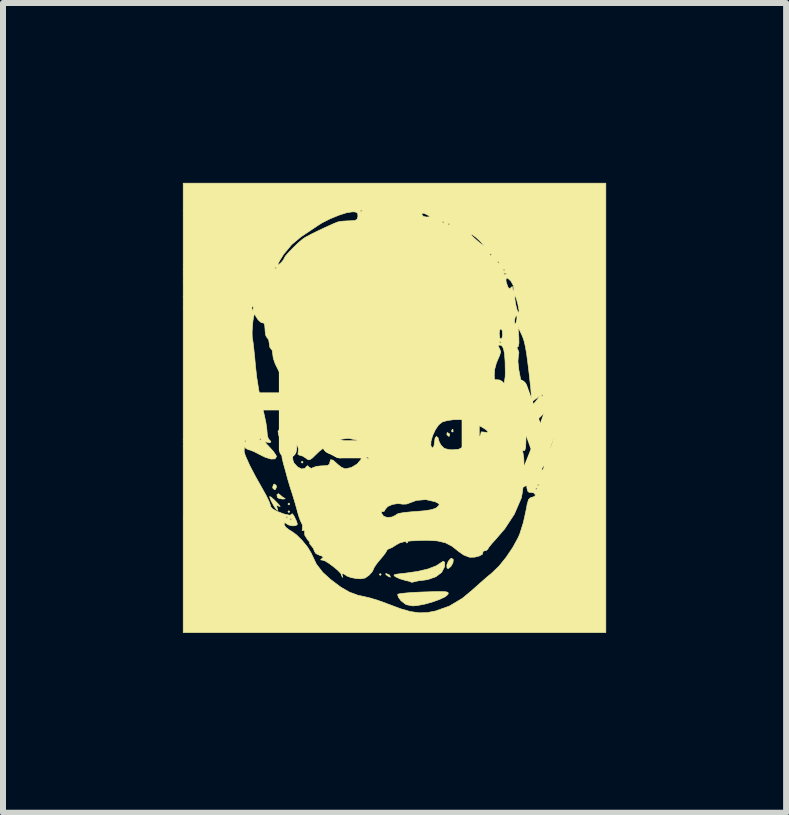
<source format=kicad_pcb>
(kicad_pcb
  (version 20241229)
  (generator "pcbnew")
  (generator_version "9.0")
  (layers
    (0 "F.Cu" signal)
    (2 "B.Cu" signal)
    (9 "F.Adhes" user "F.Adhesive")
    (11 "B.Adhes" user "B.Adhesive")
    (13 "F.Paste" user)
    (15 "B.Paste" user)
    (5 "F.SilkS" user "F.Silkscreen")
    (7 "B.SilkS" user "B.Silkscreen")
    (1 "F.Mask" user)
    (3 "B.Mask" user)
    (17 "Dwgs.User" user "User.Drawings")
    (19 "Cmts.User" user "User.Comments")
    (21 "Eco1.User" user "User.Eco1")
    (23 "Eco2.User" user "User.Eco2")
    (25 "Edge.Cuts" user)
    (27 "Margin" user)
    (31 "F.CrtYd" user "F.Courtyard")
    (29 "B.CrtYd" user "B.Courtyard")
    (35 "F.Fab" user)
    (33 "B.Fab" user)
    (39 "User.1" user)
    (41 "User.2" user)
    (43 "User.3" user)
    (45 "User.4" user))
  (footprint "Harry"
    (layer "F.Cu")
    (at 3.529 3.752)
    (property "Reference" "Harry" (at 0 0 0) (layer "F.SilkS") (effects (font (size 1.524 1.524) (thickness 0.3))))
    (attr through_hole)
    (fp_poly (pts (xy -1.81 0.429) (xy -1.826 0.445) (xy -1.841 0.429) (xy -1.826 0.413) (xy -1.81 0.429)) (stroke (width 0.01) (type solid)) (fill yes) (layer "F.SilkS"))
    (fp_poly (pts (xy -1.746 1.603) (xy -1.762 1.619) (xy -1.778 1.603) (xy -1.762 1.587) (xy -1.746 1.603)) (stroke (width 0.01) (type solid)) (fill yes) (layer "F.SilkS"))
    (fp_poly (pts (xy -1.746 1.73) (xy -1.762 1.746) (xy -1.778 1.73) (xy -1.762 1.714) (xy -1.746 1.73)) (stroke (width 0.01) (type solid)) (fill yes) (layer "F.SilkS"))
    (fp_poly (pts (xy -1.524 0.905) (xy -1.54 0.921) (xy -1.556 0.905) (xy -1.54 0.889) (xy -1.524 0.905)) (stroke (width 0.01) (type solid)) (fill yes) (layer "F.SilkS"))
    (fp_poly (pts (xy -0.794 0.746) (xy -0.81 0.762) (xy -0.826 0.746) (xy -0.81 0.73) (xy -0.794 0.746)) (stroke (width 0.01) (type solid)) (fill yes) (layer "F.SilkS"))
    (fp_poly (pts (xy -0.73 0.683) (xy -0.746 0.699) (xy -0.762 0.683) (xy -0.746 0.667) (xy -0.73 0.683)) (stroke (width 0.01) (type solid)) (fill yes) (layer "F.SilkS"))
    (fp_poly (pts (xy -0.222 2.778) (xy -0.238 2.794) (xy -0.254 2.778) (xy -0.238 2.762) (xy -0.222 2.778)) (stroke (width 0.01) (type solid)) (fill yes) (layer "F.SilkS"))
    (fp_poly (pts (xy 0.222 2.238) (xy 0.206 2.254) (xy 0.191 2.238) (xy 0.206 2.223) (xy 0.222 2.238)) (stroke (width 0.01) (type solid)) (fill yes) (layer "F.SilkS"))
    (fp_poly (pts (xy 1.238 0.333) (xy 1.222 0.349) (xy 1.206 0.333) (xy 1.222 0.318) (xy 1.238 0.333)) (stroke (width 0.01) (type solid)) (fill yes) (layer "F.SilkS"))
    (fp_poly (pts (xy 2.191 -0.365) (xy 2.175 -0.349) (xy 2.159 -0.365) (xy 2.175 -0.381) (xy 2.191 -0.365)) (stroke (width 0.01) (type solid)) (fill yes) (layer "F.SilkS"))
    (fp_poly (pts (xy 2.572 0.619) (xy 2.556 0.635) (xy 2.54 0.619) (xy 2.556 0.603) (xy 2.572 0.619)) (stroke (width 0.01) (type solid)) (fill yes) (layer "F.SilkS"))
    (fp_poly (pts (xy 0.974 0.36) (xy 0.977 0.398) (xy 0.974 0.402) (xy 0.955 0.398) (xy 0.953 0.381) (xy 0.964 0.355) (xy 0.974 0.36)) (stroke (width 0.01) (type solid)) (fill yes) (layer "F.SilkS"))
    (fp_poly (pts (xy -0.086 2.785) (xy -0.079 2.794) (xy -0.068 2.823) (xy -0.098 2.812) (xy -0.127 2.794) (xy -0.151 2.769) (xy -0.137 2.763) (xy -0.086 2.785)) (stroke (width 0.01) (type solid)) (fill yes) (layer "F.SilkS"))
    (fp_poly (pts (xy 1.381 0.381) (xy 1.347 0.408) (xy 1.311 0.412) (xy 1.302 0.4) (xy 1.327 0.38) (xy 1.351 0.369) (xy 1.384 0.367) (xy 1.381 0.381)) (stroke (width 0.01) (type solid)) (fill yes) (layer "F.SilkS"))
    (fp_poly (pts (xy -1.972 1.296) (xy -1.968 1.318) (xy -1.986 1.36) (xy -2 1.365) (xy -2.028 1.34) (xy -2.032 1.318) (xy -2.015 1.275) (xy -2 1.27) (xy -1.972 1.296)) (stroke (width 0.01) (type solid)) (fill yes) (layer "F.SilkS"))
    (fp_poly (pts (xy 0.919 0.436) (xy 0.921 0.445) (xy 0.91 0.475) (xy 0.907 0.476) (xy 0.88 0.454) (xy 0.873 0.445) (xy 0.876 0.415) (xy 0.887 0.413) (xy 0.919 0.436)) (stroke (width 0.01) (type solid)) (fill yes) (layer "F.SilkS"))
    (fp_poly (pts (xy -1.911 1.449) (xy -1.863 1.49) (xy -1.841 1.501) (xy -1.823 1.515) (xy -1.863 1.521) (xy -1.928 1.51) (xy -1.954 1.49) (xy -1.961 1.448) (xy -1.938 1.43) (xy -1.911 1.449)) (stroke (width 0.01) (type solid)) (fill yes) (layer "F.SilkS"))
    (fp_poly (pts (xy 0.981 2.531) (xy 0.973 2.586) (xy 0.939 2.645) (xy 0.896 2.68) (xy 0.875 2.67) (xy 0.872 2.619) (xy 0.898 2.556) (xy 0.937 2.513) (xy 0.954 2.508) (xy 0.981 2.531)) (stroke (width 0.01) (type solid)) (fill yes) (layer "F.SilkS"))
    (fp_poly (pts (xy -2.057 1.489) (xy -2.002 1.538) (xy -1.933 1.608) (xy -1.906 1.644) (xy -1.926 1.641) (xy -1.942 1.632) (xy -1.966 1.63) (xy -1.959 1.662) (xy -1.947 1.708) (xy -1.963 1.703) (xy -2.005 1.646) (xy -2.007 1.643) (xy -2.052 1.562) (xy -2.076 1.508) (xy -2.082 1.477) (xy -2.057 1.489)) (stroke (width 0.01) (type solid)) (fill yes) (layer "F.SilkS"))
    (fp_poly (pts (xy 0.855 3.066) (xy 0.889 3.075) (xy 0.897 3.091) (xy 0.889 3.112) (xy 0.842 3.151) (xy 0.75 3.194) (xy 0.63 3.237) (xy 0.501 3.273) (xy 0.379 3.296) (xy 0.303 3.302) (xy 0.193 3.281) (xy 0.109 3.217) (xy 0.064 3.156) (xy 0.052 3.112) (xy 0.055 3.107) (xy 0.095 3.097) (xy 0.185 3.087) (xy 0.313 3.077) (xy 0.467 3.07) (xy 0.499 3.069) (xy 0.669 3.064) (xy 0.784 3.063) (xy 0.855 3.066)) (stroke (width 0.01) (type solid)) (fill yes) (layer "F.SilkS"))
    (fp_poly (pts (xy 0.838 2.574) (xy 0.834 2.648) (xy 0.833 2.652) (xy 0.786 2.743) (xy 0.689 2.816) (xy 0.558 2.862) (xy 0.495 2.872) (xy 0.402 2.883) (xy 0.336 2.897) (xy 0.322 2.902) (xy 0.285 2.909) (xy 0.282 2.906) (xy 0.244 2.891) (xy 0.185 2.878) (xy 0.088 2.849) (xy 0.027 2.821) (xy -0.007 2.799) (xy -0.006 2.784) (xy 0.039 2.772) (xy 0.136 2.761) (xy 0.175 2.757) (xy 0.385 2.727) (xy 0.562 2.685) (xy 0.694 2.634) (xy 0.754 2.595) (xy 0.811 2.557) (xy 0.838 2.574)) (stroke (width 0.01) (type solid)) (fill yes) (layer "F.SilkS"))
    (fp_poly (pts (xy 3.524 3.747) (xy -3.524 3.747) (xy -3.524 1.857) (xy -1.746 1.857) (xy -1.73 1.873) (xy -1.714 1.857) (xy -1.73 1.841) (xy -1.746 1.857) (xy -3.524 1.857) (xy -3.524 1.826) (xy -1.81 1.826) (xy -1.794 1.841) (xy -1.778 1.826) (xy -1.794 1.81) (xy -1.81 1.826) (xy -3.524 1.826) (xy -3.524 0.639) (xy -2.532 0.639) (xy -2.524 0.683) (xy -2.487 0.798) (xy -2.416 0.957) (xy -2.314 1.152) (xy -2.238 1.286) (xy -2.143 1.456) (xy -2.085 1.576) (xy -2.064 1.645) (xy -2.064 1.648) (xy -2.036 1.682) (xy -1.962 1.724) (xy -1.858 1.764) (xy -1.818 1.776) (xy -1.743 1.79) (xy -1.715 1.775) (xy -1.714 1.768) (xy -1.702 1.766) (xy -1.672 1.81) (xy -1.667 1.821) (xy -1.634 1.893) (xy -1.619 1.94) (xy -1.619 1.94) (xy -1.645 1.963) (xy -1.703 1.967) (xy -1.768 1.952) (xy -1.803 1.93) (xy -1.834 1.911) (xy -1.841 1.944) (xy -1.815 1.989) (xy -1.75 2.039) (xy -1.724 2.053) (xy -1.637 2.115) (xy -1.539 2.212) (xy -1.449 2.323) (xy -1.387 2.426) (xy -1.379 2.445) (xy -1.303 2.605) (xy -1.197 2.742) (xy -1.065 2.862) (xy -0.897 2.988) (xy -0.752 3.072) (xy -0.612 3.124) (xy -0.508 3.146) (xy -0.41 3.169) (xy -0.278 3.209) (xy -0.139 3.259) (xy -0.111 3.27) (xy 0.096 3.348) (xy 0.263 3.396) (xy 0.407 3.417) (xy 0.542 3.414) (xy 0.683 3.387) (xy 0.914 3.305) (xy 1.132 3.175) (xy 1.3 3.035) (xy 1.415 2.932) (xy 1.537 2.825) (xy 1.63 2.748) (xy 1.742 2.639) (xy 1.861 2.492) (xy 1.973 2.326) (xy 2.062 2.163) (xy 2.091 2.095) (xy 2.149 1.909) (xy 2.199 1.681) (xy 2.211 1.611) (xy 2.235 1.527) (xy 2.273 1.494) (xy 2.29 1.492) (xy 2.339 1.474) (xy 2.349 1.45) (xy 2.323 1.418) (xy 2.278 1.41) (xy 2.243 1.408) (xy 2.221 1.388) (xy 2.211 1.349) (xy 2.349 1.349) (xy 2.365 1.365) (xy 2.381 1.349) (xy 2.365 1.333) (xy 2.349 1.349) (xy 2.211 1.349) (xy 2.208 1.339) (xy 2.204 1.286) (xy 2.381 1.286) (xy 2.397 1.302) (xy 2.413 1.286) (xy 2.397 1.27) (xy 2.381 1.286) (xy 2.204 1.286) (xy 2.201 1.249) (xy 2.197 1.151) (xy 2.196 1.095) (xy 2.254 1.095) (xy 2.27 1.111) (xy 2.286 1.095) (xy 2.27 1.079) (xy 2.254 1.095) (xy 2.196 1.095) (xy 2.194 1.021) (xy 2.195 1.018) (xy 2.445 1.018) (xy 2.455 1.047) (xy 2.478 1.022) (xy 2.489 0.998) (xy 2.491 0.966) (xy 2.476 0.969) (xy 2.446 1.009) (xy 2.445 1.018) (xy 2.195 1.018) (xy 2.198 0.953) (xy 2.334 0.953) (xy 2.335 0.982) (xy 2.346 0.984) (xy 2.391 0.961) (xy 2.397 0.953) (xy 2.396 0.923) (xy 2.385 0.921) (xy 2.34 0.944) (xy 2.334 0.953) (xy 2.198 0.953) (xy 2.198 0.941) (xy 2.211 0.902) (xy 2.234 0.889) (xy 2.239 0.889) (xy 2.265 0.873) (xy 2.413 0.873) (xy 2.429 0.889) (xy 2.445 0.873) (xy 2.429 0.857) (xy 2.413 0.873) (xy 2.265 0.873) (xy 2.284 0.861) (xy 2.332 0.789) (xy 2.344 0.762) (xy 2.389 0.679) (xy 2.428 0.65) (xy 2.453 0.678) (xy 2.459 0.741) (xy 2.462 0.81) (xy 2.476 0.816) (xy 2.502 0.761) (xy 2.509 0.744) (xy 2.541 0.691) (xy 2.57 0.682) (xy 2.597 0.667) (xy 2.625 0.601) (xy 2.653 0.495) (xy 2.675 0.362) (xy 2.683 0.298) (xy 2.699 0.143) (xy 2.657 0.325) (xy 2.63 0.427) (xy 2.604 0.503) (xy 2.589 0.531) (xy 2.578 0.522) (xy 2.585 0.469) (xy 2.587 0.46) (xy 2.603 0.372) (xy 2.617 0.255) (xy 2.621 0.198) (xy 2.631 0.097) (xy 2.634 0.077) (xy 2.67 0.077) (xy 2.675 0.118) (xy 2.686 0.118) (xy 2.694 0.076) (xy 2.689 0.058) (xy 2.675 0.046) (xy 2.67 0.077) (xy 2.634 0.077) (xy 2.644 0.023) (xy 2.651 -0.000406) (xy 2.665 -0.035) (xy 2.64 -0.029) (xy 2.581 0.014) (xy 2.494 0.089) (xy 2.402 0.178) (xy 2.304 0.277) (xy 2.242 0.347) (xy 2.208 0.403) (xy 2.194 0.462) (xy 2.191 0.538) (xy 2.191 0.561) (xy 2.186 0.666) (xy 2.17 0.712) (xy 2.156 0.712) (xy 2.135 0.715) (xy 2.145 0.766) (xy 2.156 0.843) (xy 2.16 0.963) (xy 2.157 1.108) (xy 2.149 1.257) (xy 2.135 1.391) (xy 2.117 1.49) (xy 2.112 1.508) (xy 1.998 1.772) (xy 1.837 2.018) (xy 1.691 2.187) (xy 1.62 2.266) (xy 1.571 2.327) (xy 1.556 2.355) (xy 1.53 2.378) (xy 1.506 2.381) (xy 1.472 2.395) (xy 1.474 2.408) (xy 1.465 2.441) (xy 1.412 2.47) (xy 1.337 2.489) (xy 1.258 2.491) (xy 1.243 2.488) (xy 1.153 2.453) (xy 1.073 2.397) (xy 0.961 2.308) (xy 0.848 2.249) (xy 0.714 2.218) (xy 0.544 2.208) (xy 0.429 2.21) (xy 0.272 2.218) (xy 0.163 2.231) (xy 0.088 2.251) (xy 0.032 2.281) (xy 0.026 2.285) (xy -0.043 2.329) (xy -0.092 2.349) (xy -0.094 2.349) (xy -0.126 2.369) (xy -0.127 2.375) (xy -0.147 2.412) (xy -0.197 2.478) (xy -0.238 2.526) (xy -0.301 2.603) (xy -0.341 2.664) (xy -0.349 2.685) (xy -0.37 2.729) (xy -0.422 2.788) (xy -0.425 2.79) (xy -0.49 2.837) (xy -0.568 2.85) (xy -0.635 2.846) (xy -0.727 2.829) (xy -0.793 2.804) (xy -0.804 2.796) (xy -0.85 2.766) (xy -0.877 2.77) (xy -0.87 2.802) (xy -0.862 2.826) (xy -0.871 2.82) (xy -0.885 2.791) (xy -0.884 2.788) (xy -0.896 2.76) (xy -0.945 2.709) (xy -1.016 2.65) (xy -1.092 2.593) (xy -1.158 2.552) (xy -1.194 2.54) (xy -1.233 2.534) (xy -1.213 2.513) (xy -1.208 2.51) (xy -1.187 2.486) (xy -1.221 2.467) (xy -1.248 2.459) (xy -1.31 2.43) (xy -1.333 2.396) (xy -1.354 2.341) (xy -1.383 2.304) (xy -1.415 2.266) (xy -1.414 2.254) (xy -1.418 2.235) (xy -1.457 2.188) (xy -1.457 2.187) (xy -1.497 2.122) (xy -1.5 2.071) (xy -1.498 2.038) (xy -1.518 2.044) (xy -1.542 2.046) (xy -1.536 2.017) (xy -1.535 1.952) (xy -1.547 1.928) (xy -1.572 1.876) (xy -1.603 1.787) (xy -1.618 1.73) (xy -1.619 1.726) (xy -0.22 1.726) (xy -0.216 1.758) (xy -0.185 1.803) (xy -0.183 1.805) (xy -0.124 1.827) (xy -0.044 1.82) (xy 0.021 1.789) (xy 0.034 1.775) (xy 0.072 1.76) (xy 0.158 1.745) (xy 0.278 1.733) (xy 0.351 1.728) (xy 0.515 1.714) (xy 0.626 1.695) (xy 0.694 1.669) (xy 0.709 1.657) (xy 0.746 1.618) (xy 0.736 1.594) (xy 0.678 1.565) (xy 0.521 1.529) (xy 0.363 1.543) (xy 0.281 1.574) (xy 0.202 1.603) (xy 0.139 1.606) (xy 0.136 1.605) (xy 0.056 1.595) (xy -0.035 1.61) (xy -0.113 1.644) (xy -0.151 1.687) (xy -0.175 1.727) (xy -0.194 1.728) (xy -0.22 1.726) (xy -1.619 1.726) (xy -1.654 1.601) (xy -1.694 1.468) (xy -1.706 1.429) (xy -1.742 1.319) (xy -1.772 1.217) (xy -1.78 1.191) (xy -1.804 1.103) (xy -1.835 0.989) (xy -1.852 0.931) (xy -1.877 0.823) (xy -1.877 0.786) (xy -1.701 0.786) (xy -1.695 0.868) (xy -1.679 0.916) (xy -1.617 0.984) (xy -1.55 1.018) (xy -1.495 1.009) (xy -1.481 0.992) (xy -1.452 0.962) (xy -1.427 0.986) (xy -1.389 1.01) (xy -1.36 0.996) (xy -1.302 0.975) (xy -1.214 0.966) (xy -1.199 0.966) (xy -1.117 0.961) (xy -1.083 0.936) (xy -1.08 0.913) (xy -1.067 0.864) (xy -1.026 0.871) (xy -0.957 0.932) (xy -0.953 0.937) (xy -0.885 0.991) (xy -0.822 1.016) (xy -0.818 1.016) (xy -0.718 0.993) (xy -0.624 0.936) (xy -0.561 0.862) (xy -0.551 0.836) (xy -0.534 0.779) (xy -0.513 0.779) (xy -0.488 0.81) (xy -0.445 0.851) (xy -0.423 0.838) (xy -0.426 0.783) (xy -0.442 0.736) (xy -0.51 0.63) (xy 0.605 0.63) (xy 0.627 0.666) (xy 0.635 0.667) (xy 0.657 0.639) (xy 0.667 0.573) (xy 0.667 0.572) (xy 0.676 0.505) (xy 0.698 0.476) (xy 0.699 0.476) (xy 0.728 0.501) (xy 0.73 0.517) (xy 0.747 0.572) (xy 0.78 0.628) (xy 0.831 0.676) (xy 0.909 0.696) (xy 0.968 0.699) (xy 1.07 0.69) (xy 1.132 0.657) (xy 1.157 0.628) (xy 1.195 0.547) (xy 1.206 0.486) (xy 1.219 0.434) (xy 1.254 0.433) (xy 1.296 0.473) (xy 1.302 0.495) (xy 1.314 0.522) (xy 1.359 0.512) (xy 1.379 0.503) (xy 1.43 0.464) (xy 1.44 0.427) (xy 1.446 0.399) (xy 1.49 0.403) (xy 1.549 0.411) (xy 1.558 0.396) (xy 1.525 0.363) (xy 1.456 0.319) (xy 1.363 0.274) (xy 1.27 0.238) (xy 2.159 0.238) (xy 2.175 0.254) (xy 2.191 0.238) (xy 2.175 0.222) (xy 2.159 0.238) (xy 1.27 0.238) (xy 1.222 0.22) (xy 1.104 0.195) (xy 0.98 0.197) (xy 0.88 0.211) (xy 0.796 0.235) (xy 0.734 0.286) (xy 0.681 0.364) (xy 0.635 0.463) (xy 0.608 0.557) (xy 0.605 0.63) (xy -0.51 0.63) (xy -0.523 0.61) (xy -0.636 0.534) (xy -0.772 0.507) (xy -0.925 0.528) (xy -1.085 0.597) (xy -1.244 0.714) (xy -1.295 0.762) (xy -1.368 0.834) (xy -1.414 0.865) (xy -1.447 0.862) (xy -1.47 0.843) (xy -1.534 0.802) (xy -1.573 0.794) (xy -1.611 0.775) (xy -1.608 0.746) (xy -1.602 0.682) (xy -1.621 0.625) (xy -1.652 0.603) (xy -1.678 0.631) (xy -1.695 0.699) (xy -1.701 0.786) (xy -1.877 0.786) (xy -1.877 0.757) (xy -1.862 0.728) (xy -1.843 0.703) (xy -1.871 0.715) (xy -1.902 0.723) (xy -1.896 0.688) (xy -1.891 0.644) (xy -1.903 0.635) (xy -1.919 0.61) (xy -1.915 0.575) (xy -1.916 0.524) (xy -1.873 0.524) (xy -1.857 0.54) (xy -1.841 0.524) (xy -1.857 0.508) (xy -1.873 0.524) (xy -1.916 0.524) (xy -1.916 0.497) (xy -1.918 0.492) (xy -1.683 0.492) (xy -1.667 0.508) (xy -1.651 0.492) (xy -1.667 0.476) (xy -1.683 0.492) (xy -1.918 0.492) (xy -1.931 0.456) (xy -1.943 0.392) (xy -1.92 0.358) (xy -1.886 0.34) (xy -1.87 0.376) (xy -1.867 0.389) (xy -1.843 0.441) (xy -1.8 0.47) (xy -1.761 0.468) (xy -1.746 0.434) (xy -1.721 0.382) (xy -1.703 0.371) (xy -1.667 0.328) (xy -1.645 0.243) (xy -1.638 0.141) (xy -1.65 0.041) (xy -1.668 -0.011) (xy -1.685 -0.056) (xy 2.255 -0.056) (xy 2.269 -0.032) (xy 2.309 -0.055) (xy 2.357 -0.111) (xy 2.635 -0.111) (xy 2.651 -0.095) (xy 2.667 -0.111) (xy 2.651 -0.127) (xy 2.635 -0.111) (xy 2.357 -0.111) (xy 2.363 -0.118) (xy 2.425 -0.203) (xy 2.341 -0.141) (xy 2.282 -0.092) (xy 2.255 -0.057) (xy 2.255 -0.056) (xy -1.685 -0.056) (xy -1.706 -0.109) (xy -1.734 -0.212) (xy -1.759 -0.291) (xy -1.793 -0.337) (xy -1.798 -0.339) (xy -1.837 -0.379) (xy -1.841 -0.398) (xy -1.855 -0.452) (xy -1.888 -0.532) (xy -1.893 -0.542) (xy 1.663 -0.542) (xy 1.668 -0.475) (xy 1.685 -0.368) (xy 1.71 -0.28) (xy 1.723 -0.253) (xy 1.761 -0.199) (xy 1.776 -0.203) (xy 1.772 -0.249) (xy 1.783 -0.321) (xy 1.805 -0.359) (xy 1.83 -0.42) (xy 1.845 -0.519) (xy 1.847 -0.578) (xy 1.844 -0.77) (xy 1.834 -0.906) (xy 1.816 -0.993) (xy 1.81 -1.002) (xy 2.038 -1.002) (xy 2.054 -0.981) (xy 2.074 -0.921) (xy 2.064 -0.86) (xy 2.058 -0.773) (xy 2.072 -0.639) (xy 2.096 -0.513) (xy 2.131 -0.357) (xy 2.157 -0.253) (xy 2.178 -0.194) (xy 2.198 -0.17) (xy 2.218 -0.172) (xy 2.222 -0.174) (xy 2.252 -0.172) (xy 2.254 -0.161) (xy 2.268 -0.128) (xy 2.273 -0.127) (xy 2.28 -0.156) (xy 2.28 -0.206) (xy 2.445 -0.206) (xy 2.461 -0.191) (xy 2.477 -0.206) (xy 2.461 -0.222) (xy 2.445 -0.206) (xy 2.28 -0.206) (xy 2.279 -0.23) (xy 2.273 -0.31) (xy 2.246 -0.561) (xy 2.222 -0.757) (xy 2.202 -0.908) (xy 2.182 -1.022) (xy 2.163 -1.107) (xy 2.141 -1.173) (xy 2.124 -1.215) (xy 2.06 -1.349) (xy 2.073 -1.183) (xy 2.075 -1.078) (xy 2.063 -1.023) (xy 2.053 -1.016) (xy 2.038 -1.002) (xy 1.81 -1.002) (xy 1.788 -1.038) (xy 1.758 -1.048) (xy 1.724 -1.04) (xy 1.742 -1.006) (xy 1.747 -0.999) (xy 1.771 -0.937) (xy 1.755 -0.88) (xy 1.698 -0.747) (xy 1.67 -0.642) (xy 1.663 -0.542) (xy -1.893 -0.542) (xy -1.895 -0.545) (xy -1.916 -0.587) (xy -1.873 -0.587) (xy -1.857 -0.572) (xy -1.841 -0.587) (xy -1.857 -0.603) (xy -1.873 -0.587) (xy -1.916 -0.587) (xy -1.944 -0.643) (xy -1.989 -0.733) (xy -1.99 -0.735) (xy -2.022 -0.828) (xy -2.032 -0.902) (xy -2.041 -0.963) (xy -2.06 -0.984) (xy -2.08 -1.012) (xy -2.088 -1.07) (xy -2.092 -1.095) (xy 1.746 -1.095) (xy 1.762 -1.079) (xy 1.778 -1.095) (xy 1.762 -1.111) (xy 1.746 -1.095) (xy -2.092 -1.095) (xy -2.099 -1.138) (xy -2.123 -1.168) (xy -2.146 -1.204) (xy -2.152 -1.24) (xy 1.746 -1.24) (xy 1.755 -1.167) (xy 1.776 -1.145) (xy 1.796 -1.178) (xy 1.802 -1.221) (xy 1.796 -1.288) (xy 1.778 -1.318) (xy 1.756 -1.305) (xy 1.746 -1.244) (xy 1.746 -1.24) (xy -2.152 -1.24) (xy -2.158 -1.28) (xy -2.159 -1.306) (xy -2.165 -1.381) (xy -2.18 -1.416) (xy -2.187 -1.415) (xy -2.225 -1.424) (xy -2.251 -1.447) (xy 2 -1.447) (xy 2.004 -1.404) (xy 2.012 -1.397) (xy 2.027 -1.424) (xy 2.04 -1.475) (xy 2.042 -1.528) (xy 2.027 -1.537) (xy 2.009 -1.502) (xy 2 -1.447) (xy -2.251 -1.447) (xy -2.275 -1.469) (xy -2.317 -1.534) (xy -2.325 -1.556) (xy -2.337 -1.561) (xy -2.35 -1.518) (xy -2.362 -1.443) (xy -2.37 -1.352) (xy -2.375 -1.26) (xy -2.373 -1.183) (xy -2.369 -1.154) (xy -2.358 -1.087) (xy -2.345 -0.973) (xy -2.33 -0.829) (xy -2.318 -0.693) (xy -2.297 -0.506) (xy -2.265 -0.305) (xy -2.229 -0.118) (xy -2.207 -0.027) (xy -2.172 0.117) (xy -2.144 0.251) (xy -2.129 0.355) (xy -2.127 0.387) (xy -2.119 0.469) (xy -2.1 0.52) (xy -2.095 0.524) (xy -2.061 0.561) (xy -2.077 0.582) (xy -2.129 0.572) (xy -2.135 0.569) (xy -2.162 0.563) (xy -2.139 0.597) (xy -2.088 0.651) (xy -2.02 0.726) (xy -1.977 0.789) (xy -1.968 0.813) (xy -1.993 0.85) (xy -2.06 0.853) (xy -2.157 0.823) (xy -2.25 0.777) (xy -2.338 0.731) (xy -2.409 0.703) (xy -2.431 0.699) (xy -2.481 0.674) (xy -2.509 0.643) (xy -2.531 0.615) (xy -2.532 0.639) (xy -3.524 0.639) (xy -3.524 0.556) (xy -2.508 0.556) (xy -2.492 0.572) (xy -2.477 0.556) (xy -2.492 0.54) (xy -2.508 0.556) (xy -3.524 0.556) (xy -3.524 0.524) (xy -2.254 0.524) (xy -2.238 0.54) (xy -2.223 0.524) (xy -2.238 0.508) (xy -2.254 0.524) (xy -3.524 0.524) (xy -3.524 -1.67) (xy -2.379 -1.67) (xy -2.373 -1.628) (xy -2.362 -1.628) (xy -2.354 -1.67) (xy -2.36 -1.689) (xy -2.374 -1.701) (xy -2.379 -1.67) (xy -3.524 -1.67) (xy -3.524 -1.856) (xy 2.005 -1.856) (xy 2.009 -1.8) (xy 2.021 -1.726) (xy 2.037 -1.656) (xy 2.052 -1.612) (xy 2.053 -1.612) (xy 2.075 -1.588) (xy 2.077 -1.623) (xy 2.059 -1.718) (xy 2.059 -1.722) (xy 2.036 -1.808) (xy 2.016 -1.864) (xy 2.01 -1.872) (xy 2.005 -1.856) (xy -3.524 -1.856) (xy -3.524 -2.111) (xy 1.859 -2.111) (xy 1.888 -2.021) (xy 1.914 -1.984) (xy 1.94 -2.004) (xy 1.941 -2.006) (xy 1.963 -2.025) (xy 1.972 -1.984) (xy 1.977 -1.943) (xy 1.987 -1.964) (xy 1.99 -1.976) (xy 1.982 -2.039) (xy 1.942 -2.112) (xy 1.942 -2.112) (xy 1.889 -2.163) (xy 1.86 -2.16) (xy 1.859 -2.111) (xy -3.524 -2.111) (xy -3.524 -2.244) (xy 1.82 -2.244) (xy 1.825 -2.225) (xy 1.841 -2.223) (xy 1.868 -2.234) (xy 1.863 -2.244) (xy 1.825 -2.247) (xy 1.82 -2.244) (xy -3.524 -2.244) (xy -3.524 -2.302) (xy 1.81 -2.302) (xy 1.826 -2.286) (xy 1.841 -2.302) (xy 1.826 -2.318) (xy 1.81 -2.302) (xy -3.524 -2.302) (xy -3.524 -2.334) (xy -2 -2.334) (xy -1.984 -2.318) (xy -1.968 -2.334) (xy -1.984 -2.349) (xy -2 -2.334) (xy -3.524 -2.334) (xy -3.524 -2.396) (xy -1.946 -2.396) (xy -1.939 -2.382) (xy -1.896 -2.418) (xy -1.887 -2.427) (xy -1.885 -2.429) (xy 1.714 -2.429) (xy 1.73 -2.413) (xy 1.746 -2.429) (xy 1.73 -2.445) (xy 1.714 -2.429) (xy -1.885 -2.429) (xy -1.849 -2.473) (xy -1.841 -2.493) (xy -1.82 -2.531) (xy -1.798 -2.556) (xy 1.587 -2.556) (xy 1.603 -2.54) (xy 1.619 -2.556) (xy 1.603 -2.572) (xy 1.587 -2.556) (xy -1.798 -2.556) (xy -1.764 -2.595) (xy -1.688 -2.673) (xy -1.607 -2.751) (xy -1.534 -2.813) (xy -1.492 -2.842) (xy -1.398 -2.892) (xy -1.395 -2.894) (xy 1.272 -2.894) (xy 1.3 -2.86) (xy 1.349 -2.814) (xy 1.436 -2.74) (xy 1.482 -2.706) (xy 1.485 -2.713) (xy 1.444 -2.761) (xy 1.426 -2.781) (xy 1.355 -2.847) (xy 1.288 -2.894) (xy 1.286 -2.895) (xy 1.272 -2.894) (xy -1.395 -2.894) (xy -1.28 -2.951) (xy -1.155 -3.01) (xy -1.043 -3.06) (xy -1.035 -3.064) (xy 0.889 -3.064) (xy 0.905 -3.048) (xy 0.921 -3.064) (xy 0.905 -3.08) (xy 0.889 -3.064) (xy -1.035 -3.064) (xy -0.961 -3.095) (xy -0.958 -3.096) (xy 0.794 -3.096) (xy 0.81 -3.08) (xy 0.826 -3.096) (xy 0.81 -3.111) (xy 0.794 -3.096) (xy -0.958 -3.096) (xy -0.937 -3.103) (xy -0.864 -3.114) (xy -0.765 -3.12) (xy -0.745 -3.12) (xy -0.661 -3.125) (xy -0.623 -3.147) (xy -0.61 -3.195) (xy -0.61 -3.195) (xy -0.613 -3.225) (xy 0.455 -3.225) (xy 0.482 -3.193) (xy 0.53 -3.183) (xy 0.585 -3.186) (xy 0.597 -3.191) (xy 0.565 -3.209) (xy 0.521 -3.232) (xy 0.47 -3.251) (xy 0.455 -3.228) (xy 0.455 -3.225) (xy -0.613 -3.225) (xy -0.616 -3.249) (xy -0.656 -3.268) (xy -0.699 -3.27) (xy -0.798 -3.255) (xy -0.929 -3.213) (xy -1.073 -3.154) (xy -1.208 -3.086) (xy -1.273 -3.045) (xy -1.362 -2.985) (xy -1.476 -2.909) (xy -1.56 -2.853) (xy -1.715 -2.723) (xy -1.847 -2.565) (xy -1.851 -2.559) (xy -1.916 -2.455) (xy -1.946 -2.396) (xy -3.524 -2.396) (xy -3.524 -3.286) (xy -0.572 -3.286) (xy -0.556 -3.27) (xy -0.54 -3.286) (xy -0.556 -3.302) (xy -0.572 -3.286) (xy -3.524 -3.286) (xy -3.524 -3.747) (xy 3.524 -3.747) (xy 3.524 3.747)) (stroke (width 0.01) (type solid)) (fill yes) (layer "F.SilkS")))
  (gr_rect
    (start -3 -3)
    (end 10.059 10.503)
    (stroke (width 0.1) (type default))
    (fill no)
    (layer "Edge.Cuts")))
</source>
